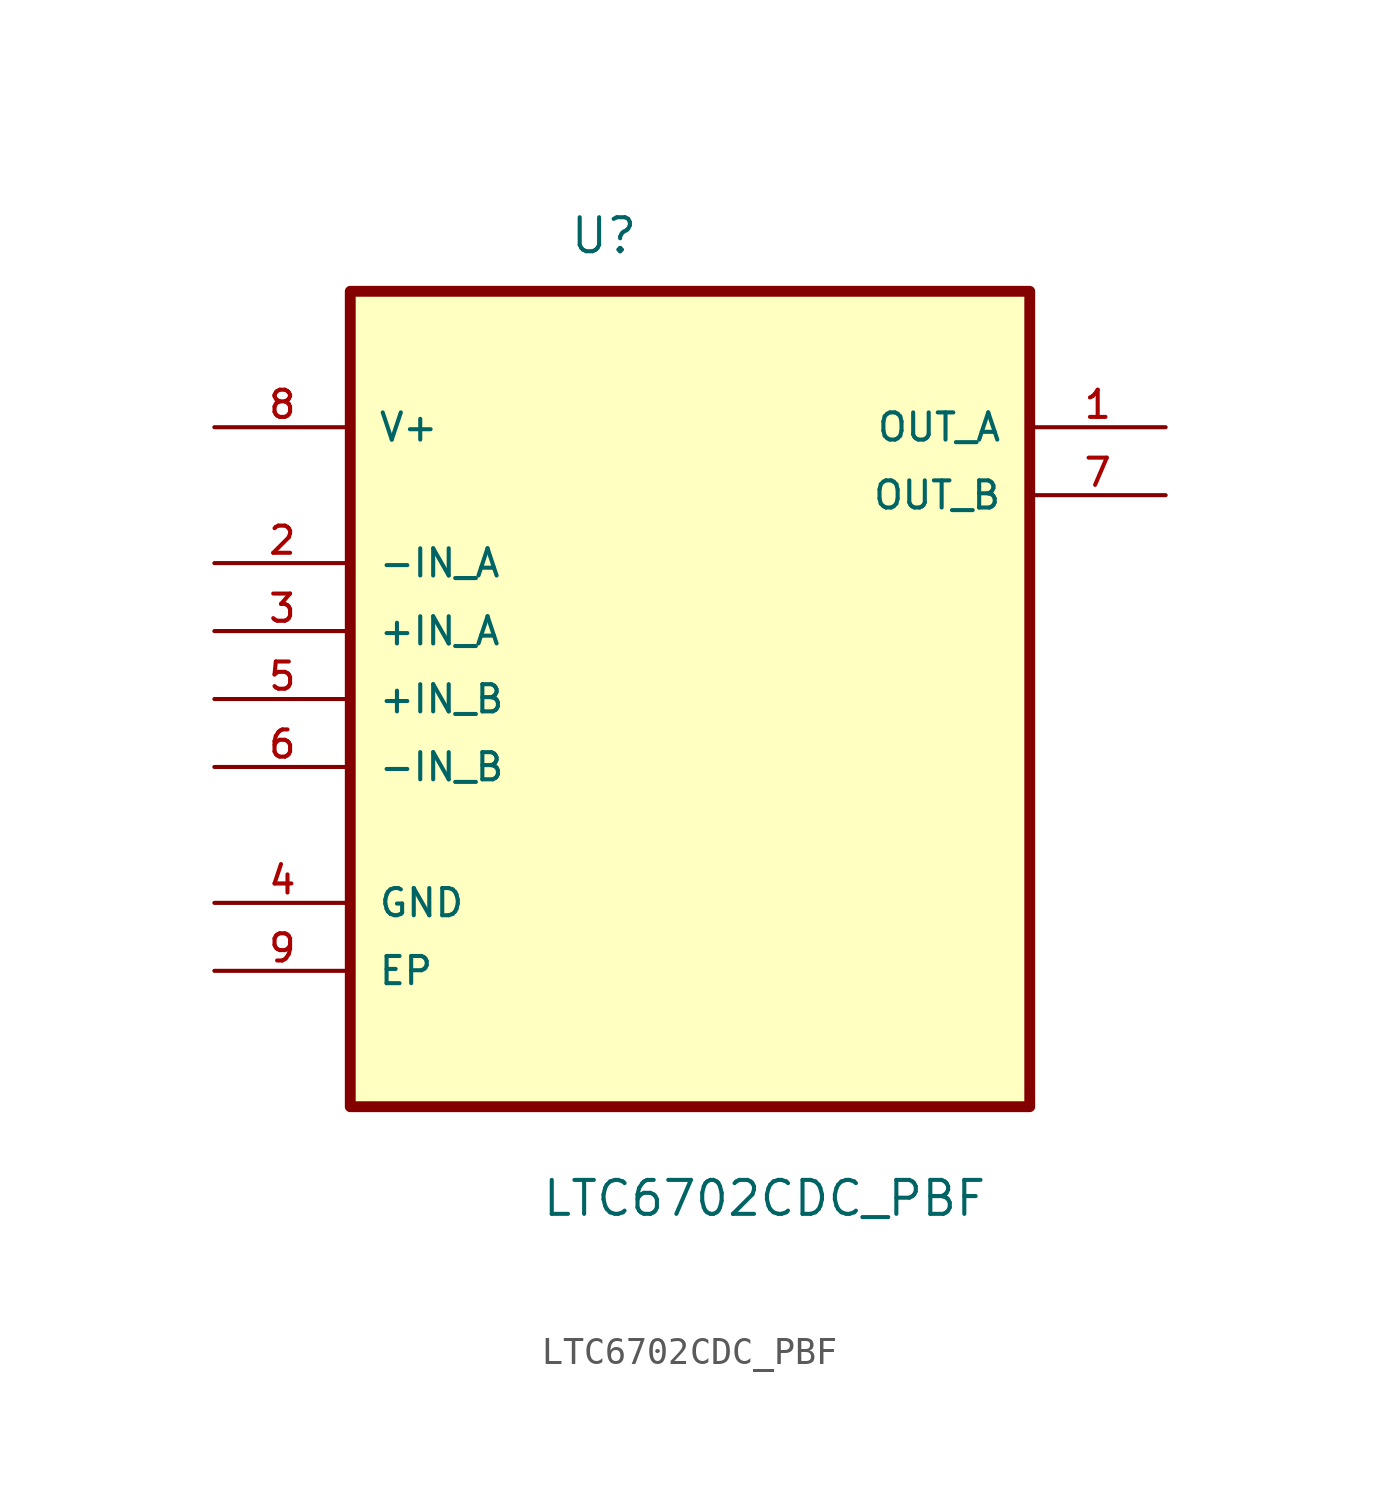
<source format=kicad_sym>
(kicad_symbol_lib
  (version 20211014)
  (generator kicad_symbol_editor)
  (symbol "LTC6702CDC_PBF"
    (pin_names
      (offset 1.016))
    (property "Reference" "U"
      (at -4.526 14.036 0.0)
      (effects (font (size 1.27 1.27)) (justify bottom left)))
    (property "Value" "LTC6702CDC_PBF"
      (at -5.57 -21.949 0.0)
      (effects (font (size 1.27 1.27)) (justify bottom left)))
    (symbol "LTC6702CDC_PBF_0_0"
      (rectangle (start -12.7 -17.78) (end 12.7 12.7) (stroke (width 0.406)) (fill (type background)))
      (pin power_in line (at -17.78 7.62 0) (length 5.08) (name "V+" (effects (font (size 1.016 1.016)))) (number "8" (effects (font (size 1.016 1.016)))))
      (pin input line (at -17.78 2.54 0) (length 5.08) (name "-IN_A" (effects (font (size 1.016 1.016)))) (number "2" (effects (font (size 1.016 1.016)))))
      (pin input line (at -17.78 0.0 0) (length 5.08) (name "+IN_A" (effects (font (size 1.016 1.016)))) (number "3" (effects (font (size 1.016 1.016)))))
      (pin input line (at -17.78 -2.54 0) (length 5.08) (name "+IN_B" (effects (font (size 1.016 1.016)))) (number "5" (effects (font (size 1.016 1.016)))))
      (pin input line (at -17.78 -5.08 0) (length 5.08) (name "-IN_B" (effects (font (size 1.016 1.016)))) (number "6" (effects (font (size 1.016 1.016)))))
      (pin passive line (at -17.78 -10.16 0) (length 5.08) (name "GND" (effects (font (size 1.016 1.016)))) (number "4" (effects (font (size 1.016 1.016)))))
      (pin passive line (at -17.78 -12.7 0) (length 5.08) (name "EP" (effects (font (size 1.016 1.016)))) (number "9" (effects (font (size 1.016 1.016)))))
      (pin output line (at 17.78 7.62 180.0) (length 5.08) (name "OUT_A" (effects (font (size 1.016 1.016)))) (number "1" (effects (font (size 1.016 1.016)))))
      (pin output line (at 17.78 5.08 180.0) (length 5.08) (name "OUT_B" (effects (font (size 1.016 1.016)))) (number "7" (effects (font (size 1.016 1.016))))))))
</source>
